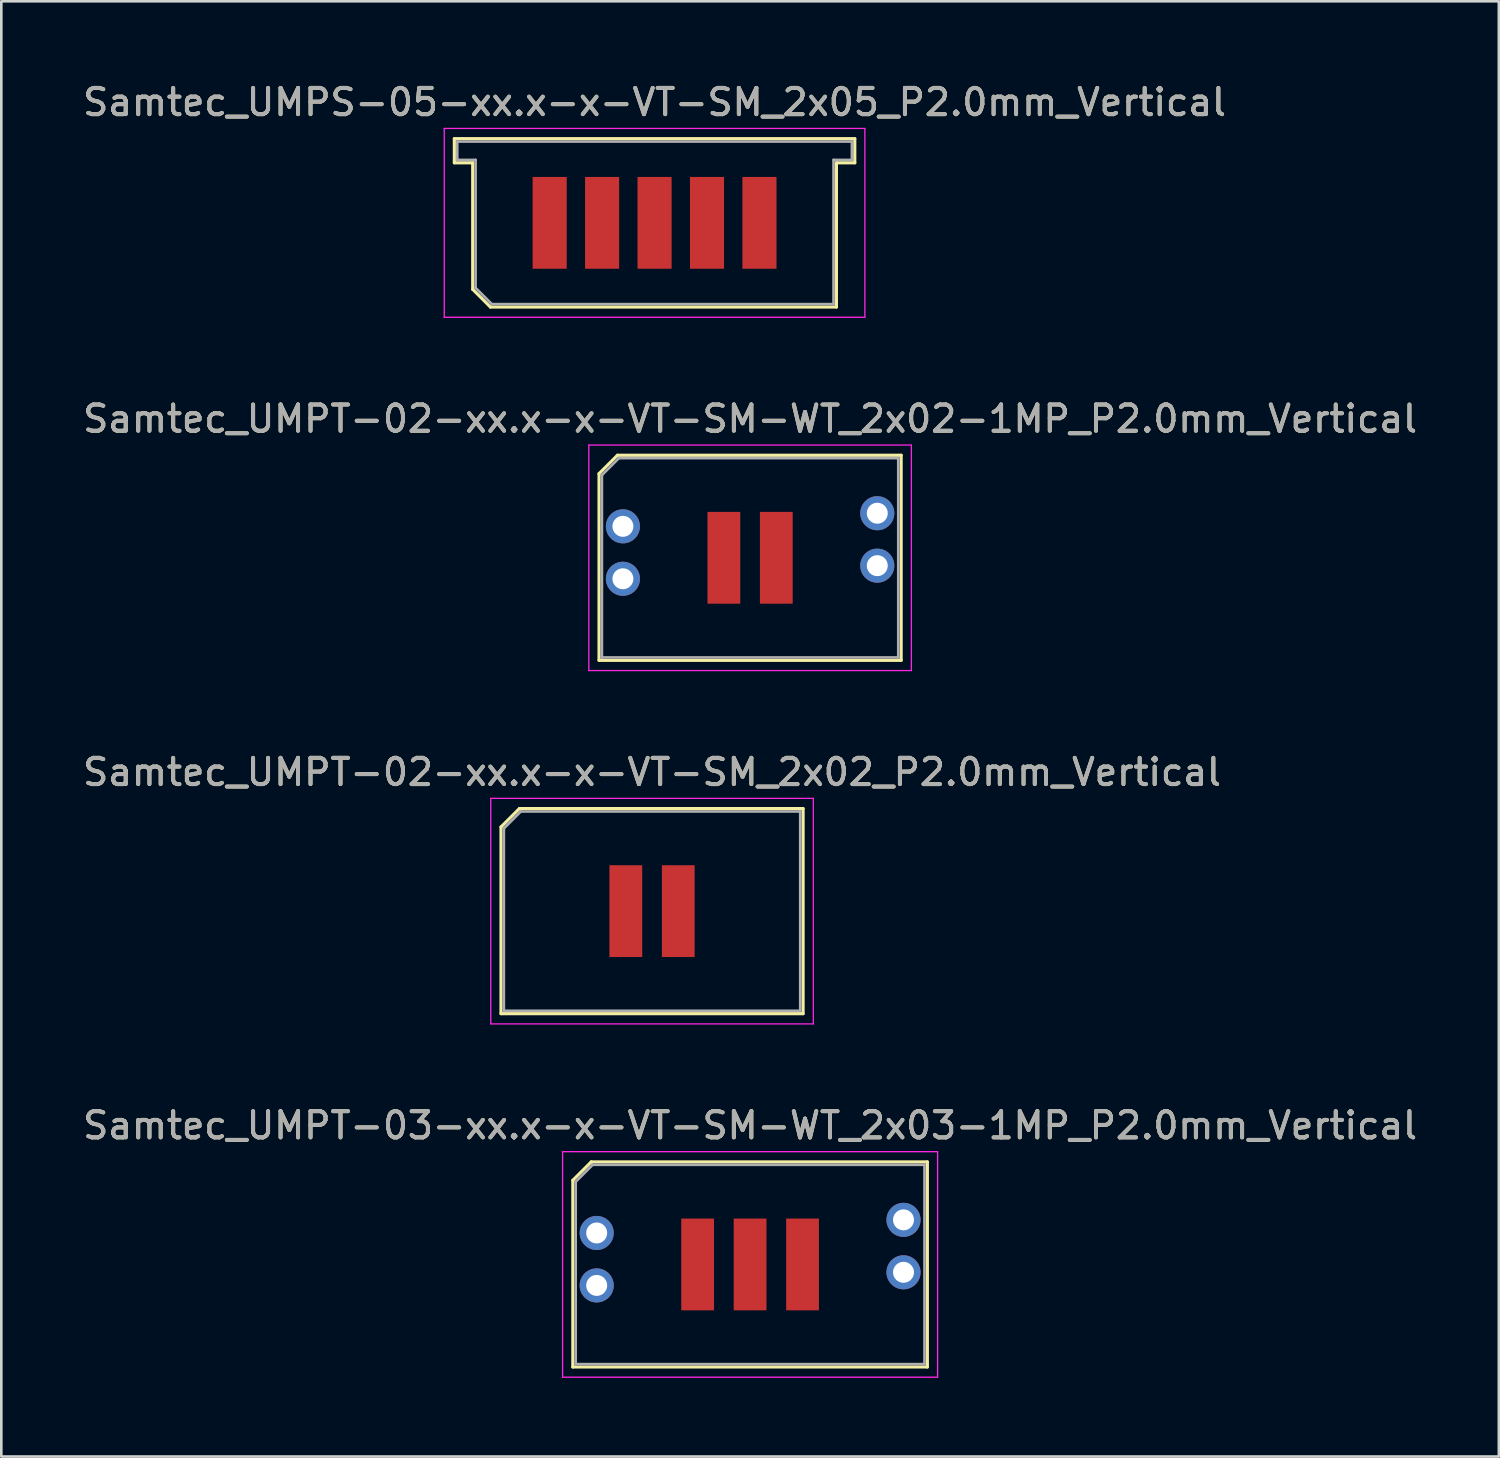
<source format=kicad_pcb>
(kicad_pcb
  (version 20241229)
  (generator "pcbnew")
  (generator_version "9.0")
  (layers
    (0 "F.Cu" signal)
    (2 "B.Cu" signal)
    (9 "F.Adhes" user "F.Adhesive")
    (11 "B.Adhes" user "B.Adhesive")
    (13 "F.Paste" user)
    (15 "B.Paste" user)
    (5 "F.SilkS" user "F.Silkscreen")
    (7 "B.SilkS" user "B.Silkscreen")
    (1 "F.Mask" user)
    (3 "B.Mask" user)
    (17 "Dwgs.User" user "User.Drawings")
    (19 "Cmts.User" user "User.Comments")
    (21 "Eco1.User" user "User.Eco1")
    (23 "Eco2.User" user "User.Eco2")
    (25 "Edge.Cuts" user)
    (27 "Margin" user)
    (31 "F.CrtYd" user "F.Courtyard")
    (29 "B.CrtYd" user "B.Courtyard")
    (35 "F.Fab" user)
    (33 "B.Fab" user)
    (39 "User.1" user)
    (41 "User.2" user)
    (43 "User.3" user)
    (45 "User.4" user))
  (footprint "Samtec_UMPT-02-xx.x-x-VT-SM_2x02_P2.0mm_Vertical"
    (layer "F.Cu")
    (at 21.815 31.695)
    (property "Reference" "Samtec_UMPT-02-xx.x-x-VT-SM_2x02_P2.0mm_Vertical" (at 0 -5.3 0) (layer "F.SilkS") (effects (font (size 1 1) (thickness 0.15))))
    (attr smd)
    (fp_line (start -5.76 -3.209) (end -5.76 3.91) (stroke (width 0.12) (type solid)) (layer "F.SilkS"))
    (fp_line (start -5.76 3.91) (end 5.76 3.91) (stroke (width 0.12) (type solid)) (layer "F.SilkS"))
    (fp_line (start -5.059 -3.91) (end -5.76 -3.209) (stroke (width 0.12) (type solid)) (layer "F.SilkS"))
    (fp_line (start 5.76 -3.91) (end -5.059 -3.91) (stroke (width 0.12) (type solid)) (layer "F.SilkS"))
    (fp_line (start 5.76 3.91) (end 5.76 -3.91) (stroke (width 0.12) (type solid)) (layer "F.SilkS"))
    (fp_line (start -6.15 -4.3) (end -6.15 4.3) (stroke (width 0.05) (type solid)) (layer "F.CrtYd"))
    (fp_line (start -6.15 4.3) (end 6.15 4.3) (stroke (width 0.05) (type solid)) (layer "F.CrtYd"))
    (fp_line (start 6.15 -4.3) (end -6.15 -4.3) (stroke (width 0.05) (type solid)) (layer "F.CrtYd"))
    (fp_line (start 6.15 4.3) (end 6.15 -4.3) (stroke (width 0.05) (type solid)) (layer "F.CrtYd"))
    (fp_line (start -5.65 -3.154) (end -5.65 3.8) (stroke (width 0.1) (type solid)) (layer "F.Fab"))
    (fp_line (start -5.65 3.8) (end 5.65 3.8) (stroke (width 0.1) (type solid)) (layer "F.Fab"))
    (fp_line (start -5.004 -3.8) (end -5.65 -3.154) (stroke (width 0.1) (type solid)) (layer "F.Fab"))
    (fp_line (start 5.65 -3.8) (end -5.004 -3.8) (stroke (width 0.1) (type solid)) (layer "F.Fab"))
    (fp_line (start 5.65 3.8) (end 5.65 -3.8) (stroke (width 0.1) (type solid)) (layer "F.Fab"))
    (fp_text user "${REFERENCE}" (at 0 -5.3 0) (layer "F.Fab") (effects (font (size 1 1) (thickness 0.15))))
    (pad "1" smd rect (at -1 0) (size 1.25 3.5) (layers "F.Cu" "F.Mask" "F.Paste"))
    (pad "2" smd rect (at 1 0) (size 1.25 3.5) (layers "F.Cu" "F.Mask" "F.Paste")))
  (footprint "Samtec_UMPS-05-xx.x-x-VT-SM_2x05_P2.0mm_Vertical"
    (layer "F.Cu")
    (at 21.911 5.448)
    (property "Reference" "Samtec_UMPS-05-xx.x-x-VT-SM_2x05_P2.0mm_Vertical" (at 0 -4.6 0) (layer "F.SilkS") (effects (font (size 1 1) (thickness 0.15))))
    (attr smd)
    (fp_line (start -7.635 -3.21) (end -7.635 -2.29) (stroke (width 0.12) (type solid)) (layer "F.SilkS"))
    (fp_line (start -7.635 -2.29) (end -6.935 -2.29) (stroke (width 0.12) (type solid)) (layer "F.SilkS"))
    (fp_line (start -6.935 -2.29) (end -6.935 2.535) (stroke (width 0.12) (type solid)) (layer "F.SilkS"))
    (fp_line (start -6.935 2.535) (end -6.26 3.21) (stroke (width 0.12) (type solid)) (layer "F.SilkS"))
    (fp_line (start -6.26 3.21) (end 6.935 3.21) (stroke (width 0.12) (type solid)) (layer "F.SilkS"))
    (fp_line (start 6.935 -2.29) (end 7.635 -2.29) (stroke (width 0.12) (type solid)) (layer "F.SilkS"))
    (fp_line (start 6.935 3.21) (end 6.935 -2.29) (stroke (width 0.12) (type solid)) (layer "F.SilkS"))
    (fp_line (start 7.635 -3.21) (end -7.635 -3.21) (stroke (width 0.12) (type solid)) (layer "F.SilkS"))
    (fp_line (start 7.635 -2.29) (end 7.635 -3.21) (stroke (width 0.12) (type solid)) (layer "F.SilkS"))
    (fp_line (start -8.02 -3.6) (end -8.02 3.6) (stroke (width 0.05) (type solid)) (layer "F.CrtYd"))
    (fp_line (start -8.02 3.6) (end 8.02 3.6) (stroke (width 0.05) (type solid)) (layer "F.CrtYd"))
    (fp_line (start 8.02 -3.6) (end -8.02 -3.6) (stroke (width 0.05) (type solid)) (layer "F.CrtYd"))
    (fp_line (start 8.02 3.6) (end 8.02 -3.6) (stroke (width 0.05) (type solid)) (layer "F.CrtYd"))
    (fp_line (start -7.525 -3.1) (end -7.525 -2.4) (stroke (width 0.1) (type solid)) (layer "F.Fab"))
    (fp_line (start -7.525 -2.4) (end -6.825 -2.4) (stroke (width 0.1) (type solid)) (layer "F.Fab"))
    (fp_line (start -6.825 -2.4) (end -6.825 2.48) (stroke (width 0.1) (type solid)) (layer "F.Fab"))
    (fp_line (start -6.825 2.48) (end -6.205 3.1) (stroke (width 0.1) (type solid)) (layer "F.Fab"))
    (fp_line (start -6.205 3.1) (end 6.825 3.1) (stroke (width 0.1) (type solid)) (layer "F.Fab"))
    (fp_line (start 6.825 -2.4) (end 7.525 -2.4) (stroke (width 0.1) (type solid)) (layer "F.Fab"))
    (fp_line (start 6.825 3.1) (end 6.825 -2.4) (stroke (width 0.1) (type solid)) (layer "F.Fab"))
    (fp_line (start 7.525 -3.1) (end -7.525 -3.1) (stroke (width 0.1) (type solid)) (layer "F.Fab"))
    (fp_line (start 7.525 -2.4) (end 7.525 -3.1) (stroke (width 0.1) (type solid)) (layer "F.Fab"))
    (fp_text user "${REFERENCE}" (at 0 -4.6 0) (layer "F.Fab") (effects (font (size 1 1) (thickness 0.15))))
    (pad "1" smd rect (at -4 0) (size 1.3 3.5) (layers "F.Cu" "F.Mask" "F.Paste"))
    (pad "2" smd rect (at -2 0) (size 1.3 3.5) (layers "F.Cu" "F.Mask" "F.Paste"))
    (pad "3" smd rect (at 0 0) (size 1.3 3.5) (layers "F.Cu" "F.Mask" "F.Paste"))
    (pad "4" smd rect (at 2 0) (size 1.3 3.5) (layers "F.Cu" "F.Mask" "F.Paste"))
    (pad "5" smd rect (at 4 0) (size 1.3 3.5) (layers "F.Cu" "F.Mask" "F.Paste")))
  (footprint "Samtec_UMPT-03-xx.x-x-VT-SM-WT_2x03-1MP_P2.0mm_Vertical"
    (layer "F.Cu")
    (at 25.554 45.168)
    (property "Reference" "Samtec_UMPT-03-xx.x-x-VT-SM-WT_2x03-1MP_P2.0mm_Vertical" (at 0 -5.3 0) (layer "F.SilkS") (effects (font (size 1 1) (thickness 0.15))))
    (attr smd)
    (fp_line (start -6.76 -3.209) (end -6.76 3.91) (stroke (width 0.12) (type solid)) (layer "F.SilkS"))
    (fp_line (start -6.76 3.91) (end 6.76 3.91) (stroke (width 0.12) (type solid)) (layer "F.SilkS"))
    (fp_line (start -6.059 -3.91) (end -6.76 -3.209) (stroke (width 0.12) (type solid)) (layer "F.SilkS"))
    (fp_line (start 6.76 -3.91) (end -6.059 -3.91) (stroke (width 0.12) (type solid)) (layer "F.SilkS"))
    (fp_line (start 6.76 3.91) (end 6.76 -3.91) (stroke (width 0.12) (type solid)) (layer "F.SilkS"))
    (fp_line (start -7.15 -4.3) (end -7.15 4.3) (stroke (width 0.05) (type solid)) (layer "F.CrtYd"))
    (fp_line (start -7.15 4.3) (end 7.15 4.3) (stroke (width 0.05) (type solid)) (layer "F.CrtYd"))
    (fp_line (start 7.15 -4.3) (end -7.15 -4.3) (stroke (width 0.05) (type solid)) (layer "F.CrtYd"))
    (fp_line (start 7.15 4.3) (end 7.15 -4.3) (stroke (width 0.05) (type solid)) (layer "F.CrtYd"))
    (fp_line (start -6.65 -3.154) (end -6.65 3.8) (stroke (width 0.1) (type solid)) (layer "F.Fab"))
    (fp_line (start -6.65 3.8) (end 6.65 3.8) (stroke (width 0.1) (type solid)) (layer "F.Fab"))
    (fp_line (start -6.004 -3.8) (end -6.65 -3.154) (stroke (width 0.1) (type solid)) (layer "F.Fab"))
    (fp_line (start 6.65 -3.8) (end -6.004 -3.8) (stroke (width 0.1) (type solid)) (layer "F.Fab"))
    (fp_line (start 6.65 3.8) (end 6.65 -3.8) (stroke (width 0.1) (type solid)) (layer "F.Fab"))
    (fp_text user "${REFERENCE}" (at 0 -5.3 0) (layer "F.Fab") (effects (font (size 1 1) (thickness 0.15))))
    (pad "1" smd rect (at -2 0) (size 1.25 3.5) (layers "F.Cu" "F.Mask" "F.Paste"))
    (pad "2" smd rect (at 0 0) (size 1.25 3.5) (layers "F.Cu" "F.Mask" "F.Paste"))
    (pad "3" smd rect (at 2 0) (size 1.25 3.5) (layers "F.Cu" "F.Mask" "F.Paste"))
    (pad "MP" thru_hole circle (at -5.85 -1.2) (size 1.3 1.3) (drill 0.8) (layers "*.Cu" "*.Mask"))
    (pad "MP" thru_hole circle (at -5.85 0.8) (size 1.3 1.3) (drill 0.8) (layers "*.Cu" "*.Mask"))
    (pad "MP" thru_hole circle (at 5.85 -1.7) (size 1.3 1.3) (drill 0.8) (layers "*.Cu" "*.Mask"))
    (pad "MP" thru_hole circle (at 5.85 0.3) (size 1.3 1.3) (drill 0.8) (layers "*.Cu" "*.Mask")))
  (footprint "Samtec_UMPT-02-xx.x-x-VT-SM-WT_2x02-1MP_P2.0mm_Vertical"
    (layer "F.Cu")
    (at 25.554 18.221)
    (property "Reference" "Samtec_UMPT-02-xx.x-x-VT-SM-WT_2x02-1MP_P2.0mm_Vertical" (at 0 -5.3 0) (layer "F.SilkS") (effects (font (size 1 1) (thickness 0.15))))
    (attr smd)
    (fp_line (start -5.76 -3.209) (end -5.76 3.91) (stroke (width 0.12) (type solid)) (layer "F.SilkS"))
    (fp_line (start -5.76 3.91) (end 5.76 3.91) (stroke (width 0.12) (type solid)) (layer "F.SilkS"))
    (fp_line (start -5.059 -3.91) (end -5.76 -3.209) (stroke (width 0.12) (type solid)) (layer "F.SilkS"))
    (fp_line (start 5.76 -3.91) (end -5.059 -3.91) (stroke (width 0.12) (type solid)) (layer "F.SilkS"))
    (fp_line (start 5.76 3.91) (end 5.76 -3.91) (stroke (width 0.12) (type solid)) (layer "F.SilkS"))
    (fp_line (start -6.15 -4.3) (end -6.15 4.3) (stroke (width 0.05) (type solid)) (layer "F.CrtYd"))
    (fp_line (start -6.15 4.3) (end 6.15 4.3) (stroke (width 0.05) (type solid)) (layer "F.CrtYd"))
    (fp_line (start 6.15 -4.3) (end -6.15 -4.3) (stroke (width 0.05) (type solid)) (layer "F.CrtYd"))
    (fp_line (start 6.15 4.3) (end 6.15 -4.3) (stroke (width 0.05) (type solid)) (layer "F.CrtYd"))
    (fp_line (start -5.65 -3.154) (end -5.65 3.8) (stroke (width 0.1) (type solid)) (layer "F.Fab"))
    (fp_line (start -5.65 3.8) (end 5.65 3.8) (stroke (width 0.1) (type solid)) (layer "F.Fab"))
    (fp_line (start -5.004 -3.8) (end -5.65 -3.154) (stroke (width 0.1) (type solid)) (layer "F.Fab"))
    (fp_line (start 5.65 -3.8) (end -5.004 -3.8) (stroke (width 0.1) (type solid)) (layer "F.Fab"))
    (fp_line (start 5.65 3.8) (end 5.65 -3.8) (stroke (width 0.1) (type solid)) (layer "F.Fab"))
    (fp_text user "${REFERENCE}" (at 0 -5.3 0) (layer "F.Fab") (effects (font (size 1 1) (thickness 0.15))))
    (pad "1" smd rect (at -1 0) (size 1.25 3.5) (layers "F.Cu" "F.Mask" "F.Paste"))
    (pad "2" smd rect (at 1 0) (size 1.25 3.5) (layers "F.Cu" "F.Mask" "F.Paste"))
    (pad "MP" thru_hole circle (at -4.85 -1.2) (size 1.3 1.3) (drill 0.8) (layers "*.Cu" "*.Mask"))
    (pad "MP" thru_hole circle (at -4.85 0.8) (size 1.3 1.3) (drill 0.8) (layers "*.Cu" "*.Mask"))
    (pad "MP" thru_hole circle (at 4.85 -1.7) (size 1.3 1.3) (drill 0.8) (layers "*.Cu" "*.Mask"))
    (pad "MP" thru_hole circle (at 4.85 0.3) (size 1.3 1.3) (drill 0.8) (layers "*.Cu" "*.Mask")))
  (gr_rect
    (start -3 -3)
    (end 54.107 52.493)
    (stroke (width 0.1) (type default))
    (fill no)
    (layer "Edge.Cuts")))
</source>
